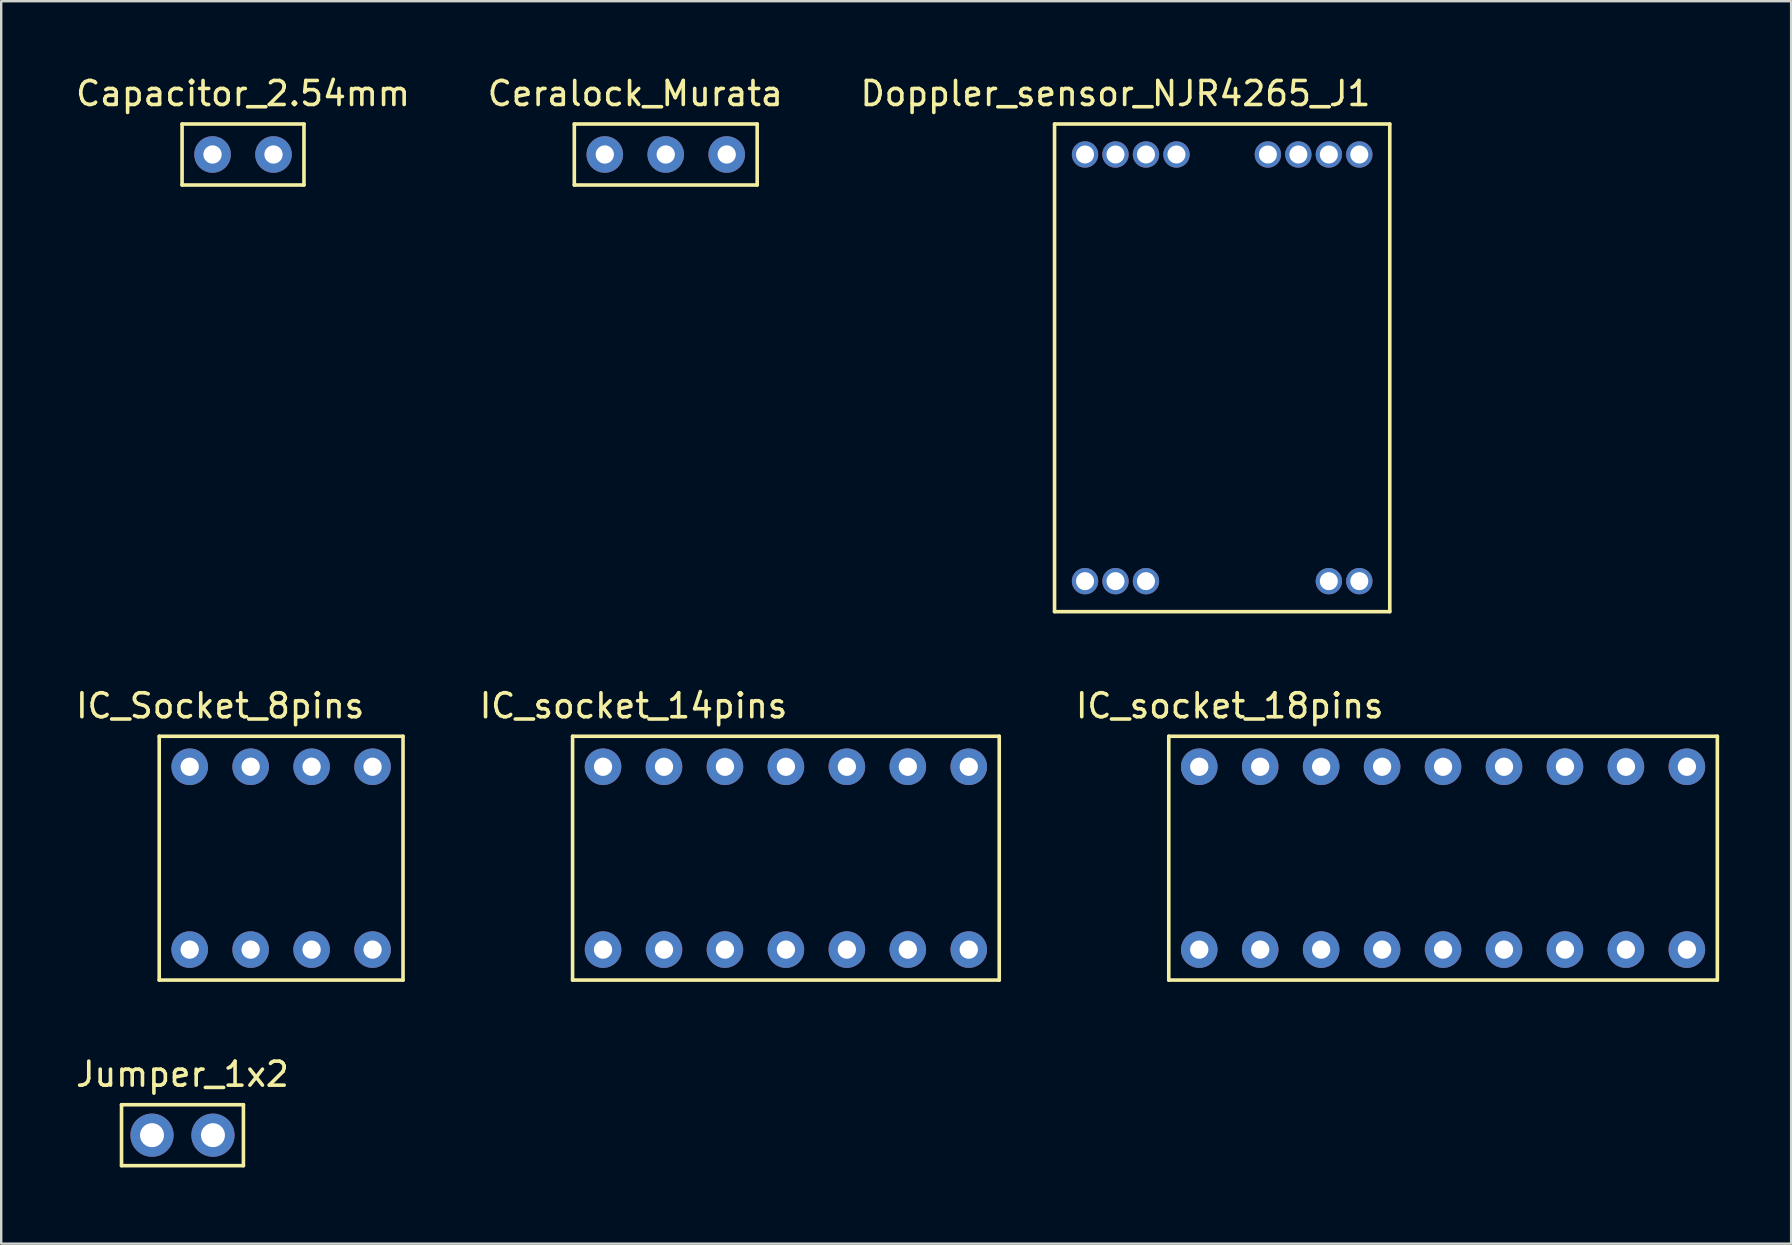
<source format=kicad_pcb>
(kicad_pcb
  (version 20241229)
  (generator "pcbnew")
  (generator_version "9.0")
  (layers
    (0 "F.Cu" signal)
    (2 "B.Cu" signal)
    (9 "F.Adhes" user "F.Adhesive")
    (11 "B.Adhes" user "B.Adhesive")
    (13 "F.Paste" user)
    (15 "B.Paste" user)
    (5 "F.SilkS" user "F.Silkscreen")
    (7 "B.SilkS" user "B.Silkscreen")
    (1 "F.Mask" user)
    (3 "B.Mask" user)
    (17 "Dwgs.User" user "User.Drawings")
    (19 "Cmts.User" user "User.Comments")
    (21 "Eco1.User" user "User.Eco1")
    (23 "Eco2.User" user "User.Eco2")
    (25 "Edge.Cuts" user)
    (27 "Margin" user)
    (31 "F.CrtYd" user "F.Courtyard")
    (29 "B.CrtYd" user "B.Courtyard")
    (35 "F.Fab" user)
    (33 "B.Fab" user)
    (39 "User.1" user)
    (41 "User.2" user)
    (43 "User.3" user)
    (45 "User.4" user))
  (footprint "Capacitor_2.54mm"
    (layer "F.Cu")
    (at 7.077 3.388)
    (property "Reference" "Capacitor_2.54mm" (at 0 -2.54 0) (layer "F.SilkS") (effects (font (size 1 1) (thickness 0.15))))
    (attr through_hole)
    (fp_line (start -2.54 -1.27) (end -2.54 1.27) (stroke (width 0.15) (type solid)) (layer "F.SilkS"))
    (fp_line (start -2.54 1.27) (end 2.54 1.27) (stroke (width 0.15) (type solid)) (layer "F.SilkS"))
    (fp_line (start 2.54 -1.27) (end -2.54 -1.27) (stroke (width 0.15) (type solid)) (layer "F.SilkS"))
    (fp_line (start 2.54 1.27) (end 2.54 -1.27) (stroke (width 0.15) (type solid)) (layer "F.SilkS"))
    (pad "1" thru_hole circle (at 1.27 0) (size 1.524 1.524) (drill 0.762) (layers "*.Cu" "*.Mask"))
    (pad "2" thru_hole circle (at -1.27 0) (size 1.524 1.524) (drill 0.762) (layers "*.Cu" "*.Mask")))
  (footprint "IC_socket_14pins"
    (layer "F.Cu")
    (at 29.7 32.712)
    (property "Reference" "IC_socket_14pins" (at -6.35 -6.35 0) (layer "F.SilkS") (effects (font (size 1 1) (thickness 0.15))))
    (attr through_hole)
    (fp_line (start -8.89 -5.08) (end -8.89 5.08) (stroke (width 0.15) (type solid)) (layer "F.SilkS"))
    (fp_line (start 8.89 -5.08) (end -8.89 -5.08) (stroke (width 0.15) (type solid)) (layer "F.SilkS"))
    (fp_line (start 8.89 5.08) (end -8.89 5.08) (stroke (width 0.15) (type solid)) (layer "F.SilkS"))
    (fp_line (start 8.89 5.08) (end 8.89 -5.08) (stroke (width 0.15) (type solid)) (layer "F.SilkS"))
    (pad "1" thru_hole circle (at 7.62 -3.81) (size 1.524 1.524) (drill 0.762) (layers "*.Cu" "*.Mask"))
    (pad "2" thru_hole circle (at 5.08 -3.81) (size 1.524 1.524) (drill 0.762) (layers "*.Cu" "*.Mask"))
    (pad "3" thru_hole circle (at 2.54 -3.81) (size 1.524 1.524) (drill 0.762) (layers "*.Cu" "*.Mask"))
    (pad "4" thru_hole circle (at 0 -3.81) (size 1.524 1.524) (drill 0.762) (layers "*.Cu" "*.Mask"))
    (pad "5" thru_hole circle (at -2.54 -3.81) (size 1.524 1.524) (drill 0.762) (layers "*.Cu" "*.Mask"))
    (pad "6" thru_hole circle (at -5.08 -3.81) (size 1.524 1.524) (drill 0.762) (layers "*.Cu" "*.Mask"))
    (pad "7" thru_hole circle (at -7.62 -3.81) (size 1.524 1.524) (drill 0.762) (layers "*.Cu" "*.Mask"))
    (pad "8" thru_hole circle (at -7.62 3.81) (size 1.524 1.524) (drill 0.762) (layers "*.Cu" "*.Mask"))
    (pad "9" thru_hole circle (at -5.08 3.81) (size 1.524 1.524) (drill 0.762) (layers "*.Cu" "*.Mask"))
    (pad "10" thru_hole circle (at -2.54 3.81) (size 1.524 1.524) (drill 0.762) (layers "*.Cu" "*.Mask"))
    (pad "11" thru_hole circle (at 0 3.81) (size 1.524 1.524) (drill 0.762) (layers "*.Cu" "*.Mask"))
    (pad "12" thru_hole circle (at 2.54 3.81) (size 1.524 1.524) (drill 0.762) (layers "*.Cu" "*.Mask"))
    (pad "13" thru_hole circle (at 5.08 3.81) (size 1.524 1.524) (drill 0.762) (layers "*.Cu" "*.Mask"))
    (pad "14" thru_hole circle (at 7.62 3.81) (size 1.524 1.524) (drill 0.762) (layers "*.Cu" "*.Mask")))
  (footprint "Jumper_1x2"
    (layer "F.Cu")
    (at 3.284 45.525)
    (property "Reference" "Jumper_1x2" (at 1.27 -3.81 0) (layer "F.SilkS") (effects (font (size 1 1) (thickness 0.15))))
    (attr through_hole)
    (fp_line (start -1.27 -2.54) (end -1.27 0) (stroke (width 0.15) (type solid)) (layer "F.SilkS"))
    (fp_line (start -1.27 0) (end 3.81 0) (stroke (width 0.15) (type solid)) (layer "F.SilkS"))
    (fp_line (start 3.81 -2.54) (end -1.27 -2.54) (stroke (width 0.15) (type solid)) (layer "F.SilkS"))
    (fp_line (start 3.81 0) (end 3.81 -2.54) (stroke (width 0.15) (type solid)) (layer "F.SilkS"))
    (pad "1" thru_hole circle (at 2.54 -1.27) (size 1.8 1.8) (drill 1) (layers "*.Cu" "*.Mask"))
    (pad "2" thru_hole circle (at 0 -1.27) (size 1.8 1.8) (drill 1) (layers "*.Cu" "*.Mask")))
  (footprint "Doppler_sensor_NJR4265_J1"
    (layer "F.Cu")
    (at 47.245 12.278)
    (property "Reference" "Doppler_sensor_NJR4265_J1" (at -3.81 -11.43 0) (layer "F.SilkS") (effects (font (size 1 1) (thickness 0.15))))
    (attr through_hole)
    (fp_line (start -6.35 -10.16) (end -6.35 10.16) (stroke (width 0.15) (type solid)) (layer "F.SilkS"))
    (fp_line (start -6.35 10.16) (end 7.62 10.16) (stroke (width 0.15) (type solid)) (layer "F.SilkS"))
    (fp_line (start 7.62 -10.16) (end -6.35 -10.16) (stroke (width 0.15) (type solid)) (layer "F.SilkS"))
    (fp_line (start 7.62 10.16) (end 7.62 -10.16) (stroke (width 0.15) (type solid)) (layer "F.SilkS"))
    (pad "" thru_hole circle (at 2.54 -8.89) (size 1.1 1.1) (drill 0.75) (layers "*.Cu" "*.Mask"))
    (pad "" thru_hole circle (at 5.08 8.89) (size 1.1 1.1) (drill 0.75) (layers "*.Cu" "*.Mask"))
    (pad "1" thru_hole circle (at 6.35 -8.89) (size 1.1 1.1) (drill 0.75) (layers "*.Cu" "*.Mask"))
    (pad "2" thru_hole circle (at 5.08 -8.89) (size 1.1 1.1) (drill 0.75) (layers "*.Cu" "*.Mask"))
    (pad "3" thru_hole circle (at 3.81 -8.89) (size 1.1 1.1) (drill 0.75) (layers "*.Cu" "*.Mask"))
    (pad "4" thru_hole circle (at -1.27 -8.89) (size 1.1 1.1) (drill 0.75) (layers "*.Cu" "*.Mask"))
    (pad "5" thru_hole circle (at -2.54 -8.89) (size 1.1 1.1) (drill 0.75) (layers "*.Cu" "*.Mask"))
    (pad "6" thru_hole circle (at -3.81 -8.89) (size 1.1 1.1) (drill 0.75) (layers "*.Cu" "*.Mask"))
    (pad "7" thru_hole circle (at -5.08 -8.89) (size 1.1 1.1) (drill 0.75) (layers "*.Cu" "*.Mask"))
    (pad "8" thru_hole circle (at -5.08 8.89) (size 1.1 1.1) (drill 0.75) (layers "*.Cu" "*.Mask"))
    (pad "9" thru_hole circle (at -3.81 8.89) (size 1.1 1.1) (drill 0.75) (layers "*.Cu" "*.Mask"))
    (pad "10" thru_hole circle (at -2.54 8.89) (size 1.1 1.1) (drill 0.75) (layers "*.Cu" "*.Mask"))
    (pad "11" thru_hole circle (at 6.35 8.89) (size 1.1 1.1) (drill 0.75) (layers "*.Cu" "*.Mask")))
  (footprint "IC_Socket_8pins"
    (layer "F.Cu")
    (at 8.665 32.712)
    (property "Reference" "IC_Socket_8pins" (at -2.54 -6.35 0) (layer "F.SilkS") (effects (font (size 1 1) (thickness 0.15))))
    (attr through_hole)
    (fp_line (start -5.08 -5.08) (end -5.08 5.08) (stroke (width 0.15) (type solid)) (layer "F.SilkS"))
    (fp_line (start -5.08 5.08) (end 5.08 5.08) (stroke (width 0.15) (type solid)) (layer "F.SilkS"))
    (fp_line (start 5.08 -5.08) (end -5.08 -5.08) (stroke (width 0.15) (type solid)) (layer "F.SilkS"))
    (fp_line (start 5.08 5.08) (end 5.08 -5.08) (stroke (width 0.15) (type solid)) (layer "F.SilkS"))
    (pad "1" thru_hole circle (at 3.81 -3.81) (size 1.524 1.524) (drill 0.762) (layers "*.Cu" "*.Mask"))
    (pad "2" thru_hole circle (at 1.27 -3.81) (size 1.524 1.524) (drill 0.762) (layers "*.Cu" "*.Mask"))
    (pad "3" thru_hole circle (at -1.27 -3.81) (size 1.524 1.524) (drill 0.762) (layers "*.Cu" "*.Mask"))
    (pad "4" thru_hole circle (at -3.81 -3.81) (size 1.524 1.524) (drill 0.762) (layers "*.Cu" "*.Mask"))
    (pad "5" thru_hole circle (at -3.81 3.81) (size 1.524 1.524) (drill 0.762) (layers "*.Cu" "*.Mask"))
    (pad "6" thru_hole circle (at -1.27 3.81) (size 1.524 1.524) (drill 0.762) (layers "*.Cu" "*.Mask"))
    (pad "7" thru_hole circle (at 1.27 3.81) (size 1.524 1.524) (drill 0.762) (layers "*.Cu" "*.Mask"))
    (pad "8" thru_hole circle (at 3.81 3.81) (size 1.524 1.524) (drill 0.762) (layers "*.Cu" "*.Mask")))
  (footprint "IC_socket_18pins"
    (layer "F.Cu")
    (at 57.085 32.712)
    (property "Reference" "IC_socket_18pins" (at -8.89 -6.35 0) (layer "F.SilkS") (effects (font (size 1 1) (thickness 0.15))))
    (attr through_hole)
    (fp_line (start -11.43 -5.08) (end -11.43 5.08) (stroke (width 0.15) (type solid)) (layer "F.SilkS"))
    (fp_line (start -11.43 5.08) (end 11.43 5.08) (stroke (width 0.15) (type solid)) (layer "F.SilkS"))
    (fp_line (start 11.43 -5.08) (end -11.43 -5.08) (stroke (width 0.15) (type solid)) (layer "F.SilkS"))
    (fp_line (start 11.43 5.08) (end 11.43 -5.08) (stroke (width 0.15) (type solid)) (layer "F.SilkS"))
    (pad "1" thru_hole circle (at 10.16 -3.81) (size 1.524 1.524) (drill 0.762) (layers "*.Cu" "*.Mask"))
    (pad "2" thru_hole circle (at 7.62 -3.81) (size 1.524 1.524) (drill 0.762) (layers "*.Cu" "*.Mask"))
    (pad "3" thru_hole circle (at 5.08 -3.81) (size 1.524 1.524) (drill 0.762) (layers "*.Cu" "*.Mask"))
    (pad "4" thru_hole circle (at 2.54 -3.81) (size 1.524 1.524) (drill 0.762) (layers "*.Cu" "*.Mask"))
    (pad "5" thru_hole circle (at 0 -3.81) (size 1.524 1.524) (drill 0.762) (layers "*.Cu" "*.Mask"))
    (pad "6" thru_hole circle (at -2.54 -3.81) (size 1.524 1.524) (drill 0.762) (layers "*.Cu" "*.Mask"))
    (pad "7" thru_hole circle (at -5.08 -3.81) (size 1.524 1.524) (drill 0.762) (layers "*.Cu" "*.Mask"))
    (pad "8" thru_hole circle (at -7.62 -3.81) (size 1.524 1.524) (drill 0.762) (layers "*.Cu" "*.Mask"))
    (pad "9" thru_hole circle (at -10.16 -3.81) (size 1.524 1.524) (drill 0.762) (layers "*.Cu" "*.Mask"))
    (pad "10" thru_hole circle (at -10.16 3.81) (size 1.524 1.524) (drill 0.762) (layers "*.Cu" "*.Mask"))
    (pad "11" thru_hole circle (at -7.62 3.81) (size 1.524 1.524) (drill 0.762) (layers "*.Cu" "*.Mask"))
    (pad "12" thru_hole circle (at -5.08 3.81) (size 1.524 1.524) (drill 0.762) (layers "*.Cu" "*.Mask"))
    (pad "13" thru_hole circle (at -2.54 3.81) (size 1.524 1.524) (drill 0.762) (layers "*.Cu" "*.Mask"))
    (pad "14" thru_hole circle (at 0 3.81) (size 1.524 1.524) (drill 0.762) (layers "*.Cu" "*.Mask"))
    (pad "15" thru_hole circle (at 2.54 3.81) (size 1.524 1.524) (drill 0.762) (layers "*.Cu" "*.Mask"))
    (pad "16" thru_hole circle (at 5.08 3.81) (size 1.524 1.524) (drill 0.762) (layers "*.Cu" "*.Mask"))
    (pad "17" thru_hole circle (at 7.62 3.81) (size 1.524 1.524) (drill 0.762) (layers "*.Cu" "*.Mask"))
    (pad "18" thru_hole circle (at 10.16 3.81) (size 1.524 1.524) (drill 0.762) (layers "*.Cu" "*.Mask")))
  (footprint "Ceralock_Murata"
    (layer "F.Cu")
    (at 24.693 3.388)
    (property "Reference" "Ceralock_Murata" (at -1.27 -2.54 0) (layer "F.SilkS") (effects (font (size 1 1) (thickness 0.15))))
    (attr through_hole)
    (fp_line (start -3.81 -1.27) (end 3.81 -1.27) (stroke (width 0.15) (type solid)) (layer "F.SilkS"))
    (fp_line (start -3.81 1.27) (end -3.81 -1.27) (stroke (width 0.15) (type solid)) (layer "F.SilkS"))
    (fp_line (start 3.81 -1.27) (end 3.81 1.27) (stroke (width 0.15) (type solid)) (layer "F.SilkS"))
    (fp_line (start 3.81 1.27) (end -3.81 1.27) (stroke (width 0.15) (type solid)) (layer "F.SilkS"))
    (pad "1" thru_hole circle (at 2.54 0) (size 1.524 1.524) (drill 0.762) (layers "*.Cu" "*.Mask"))
    (pad "2" thru_hole circle (at 0 0) (size 1.524 1.524) (drill 0.762) (layers "*.Cu" "*.Mask"))
    (pad "3" thru_hole circle (at -2.54 0) (size 1.524 1.524) (drill 0.762) (layers "*.Cu" "*.Mask")))
  (gr_rect
    (start -3 -3)
    (end 71.59 48.775)
    (stroke (width 0.1) (type default))
    (fill no)
    (layer "Edge.Cuts")))
</source>
